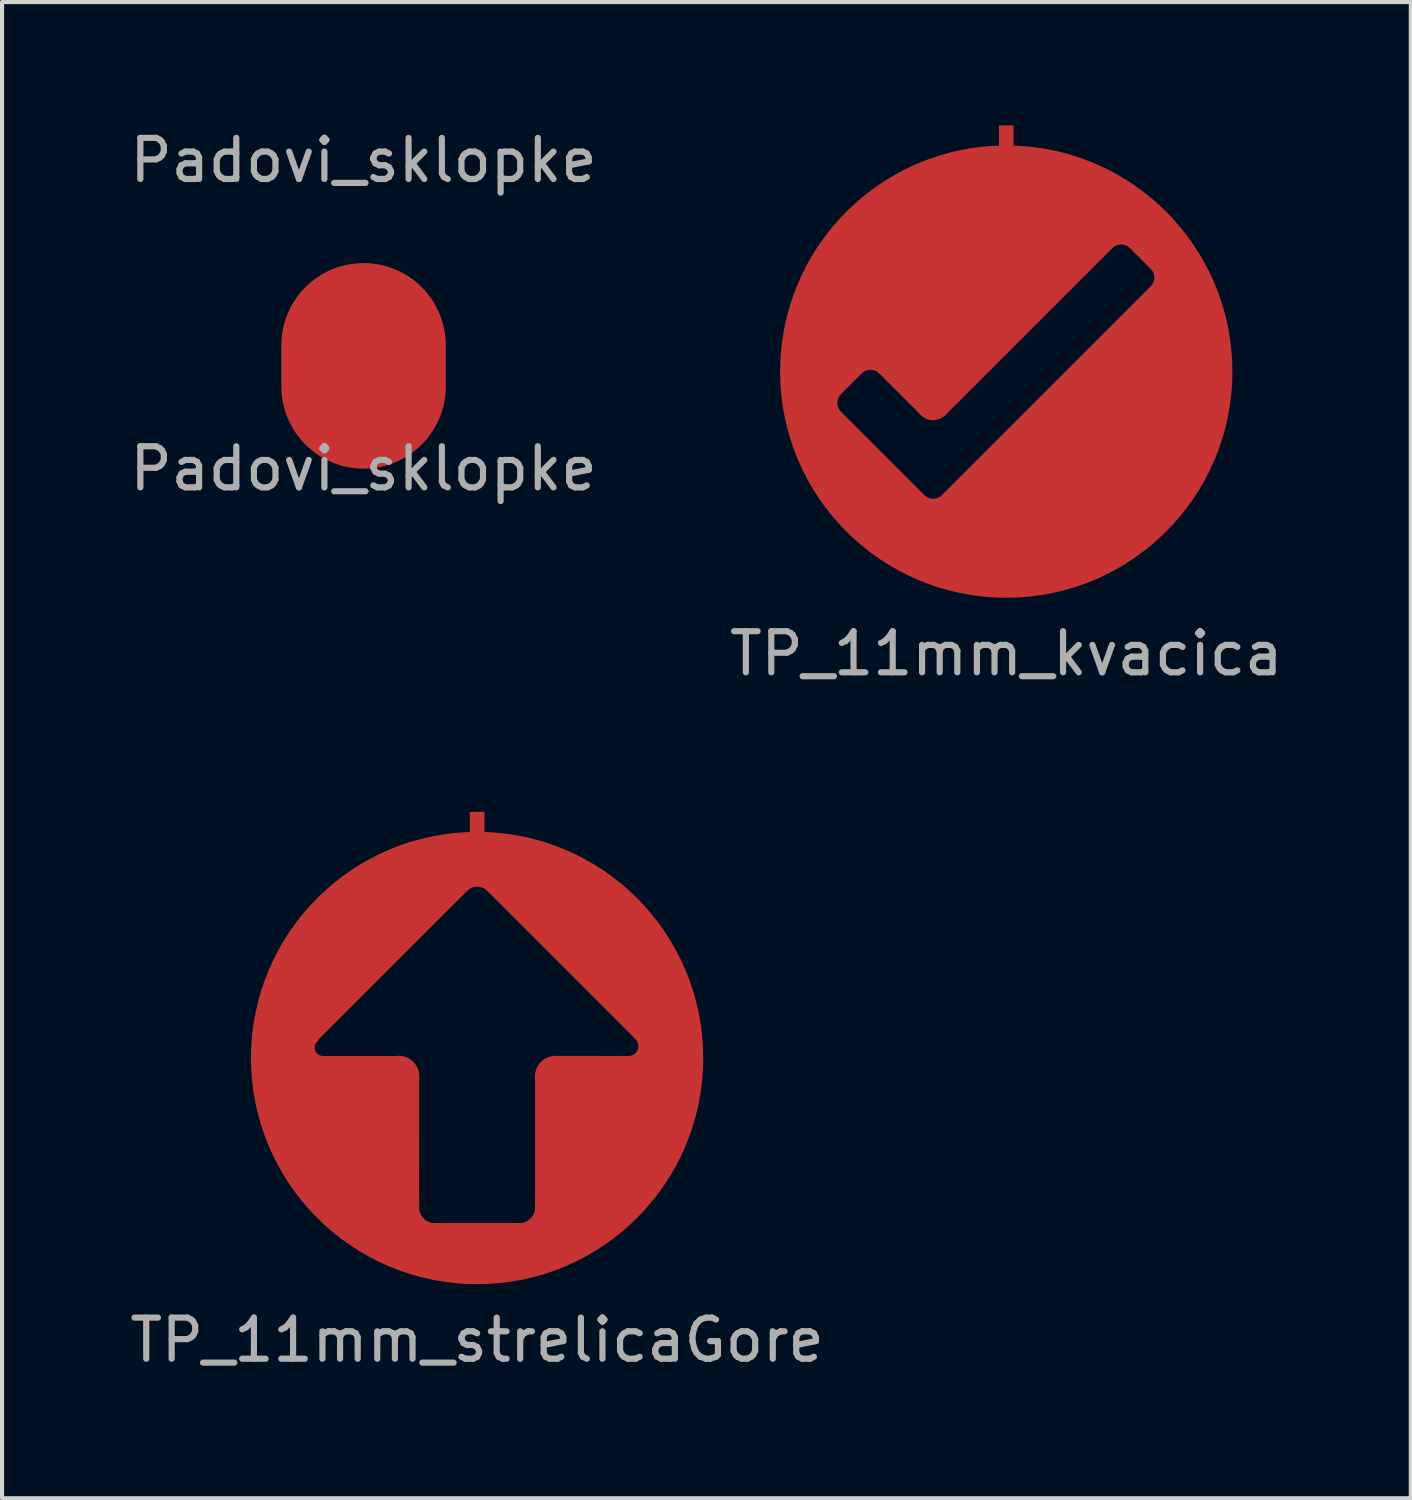
<source format=kicad_pcb>
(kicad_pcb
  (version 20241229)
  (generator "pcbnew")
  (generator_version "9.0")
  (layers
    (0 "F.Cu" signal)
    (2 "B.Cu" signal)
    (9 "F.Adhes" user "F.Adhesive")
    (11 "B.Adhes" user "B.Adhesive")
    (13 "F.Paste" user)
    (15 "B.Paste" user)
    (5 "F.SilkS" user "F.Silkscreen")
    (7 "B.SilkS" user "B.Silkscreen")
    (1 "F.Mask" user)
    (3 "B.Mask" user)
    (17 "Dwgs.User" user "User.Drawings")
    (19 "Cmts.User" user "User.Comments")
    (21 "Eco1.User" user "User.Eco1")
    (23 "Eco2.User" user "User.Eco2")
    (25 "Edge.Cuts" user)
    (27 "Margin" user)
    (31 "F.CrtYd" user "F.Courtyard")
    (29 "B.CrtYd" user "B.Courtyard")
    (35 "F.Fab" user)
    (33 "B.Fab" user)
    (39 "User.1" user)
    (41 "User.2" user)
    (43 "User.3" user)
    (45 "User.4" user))
  (footprint "TP_11mm_kvacica"
    (layer "F.Cu")
    (at 21.423 5.988)
    (property "Reference" "TP_11mm_kvacica" (at 0 6.858 0) (layer "F.Fab") (effects (font (size 1 1) (thickness 0.15))))
    (attr through_hole)
    (fp_line (start -4.064 1.016) (end -2.032 3.048) (stroke (width 0.12) (type solid)) (layer "F.Cu"))
    (fp_line (start -4.064 0.508) (end -3.556 0) (stroke (width 0.12) (type solid)) (layer "F.Cu"))
    (fp_line (start -3.048 0.000001) (end -2.032 1.016) (stroke (width 0.12) (type solid)) (layer "F.Cu"))
    (fp_line (start -1.524 3.048) (end 3.556 -2.032) (stroke (width 0.12) (type solid)) (layer "F.Cu"))
    (fp_line (start 2.54 -3.048) (end -1.524 1.016) (stroke (width 0.12) (type solid)) (layer "F.Cu"))
    (fp_line (start 3.556 -2.54) (end 3.048 -3.048) (stroke (width 0.12) (type solid)) (layer "F.Cu"))
    (fp_arc (start -4.063999 1.015999) (mid -4.169209 0.762) (end -4.063999 0.508001) (stroke (width 0.12) (type solid)) (layer "F.Cu"))
    (fp_arc (start -3.555999 0.000001) (mid -3.302 -0.105209) (end -3.048001 0.000001) (stroke (width 0.12) (type solid)) (layer "F.Cu"))
    (fp_arc (start -1.524001 1.015999) (mid -1.778 1.121209) (end -2.031999 1.015999) (stroke (width 0.12) (type solid)) (layer "F.Cu"))
    (fp_arc (start -1.524001 3.047999) (mid -1.778 3.153209) (end -2.031999 3.047999) (stroke (width 0.12) (type solid)) (layer "F.Cu"))
    (fp_arc (start 2.540001 -3.047999) (mid 2.794 -3.153209) (end 3.047999 -3.047999) (stroke (width 0.12) (type solid)) (layer "F.Cu"))
    (fp_arc (start 3.555999 -2.539999) (mid 3.661209 -2.286) (end 3.555999 -2.032001) (stroke (width 0.12) (type solid)) (layer "F.Cu"))
    (fp_circle (center 0 0) (end 5 0) (stroke (width 1) (type solid)) (fill no) (layer "F.Cu"))
    (fp_poly (pts (xy -1.651 3.239) (xy -1.46 4.318) (xy -2.349 4.318) (xy -2.286 3.048) (xy -2.032 3.048)) (stroke (width 0.01) (type solid)) (fill yes) (layer "F.Cu"))
    (fp_poly (pts (xy 2.857 -4.191) (xy 4.889 -1.651) (xy 4.826 0.953) (xy 3.556 3.556) (xy 0.635 4.953) (xy -1.714 4.636) (xy -1.778 3.175) (xy -1.524 3.048) (xy 3.556 -2.032) (xy 3.683 -2.349) (xy 3.556 -2.54) (xy 2.985 -3.111) (xy 2.603 -3.111) (xy -1.46 0.953) (xy -1.714 1.143) (xy -2.032 1.016) (xy -2.985 0.064) (xy -3.239 -0.064) (xy -3.493 -0.064) (xy -4.128 0.572) (xy -4.191 0.762) (xy -4 1.079) (xy -2.032 3.048) (xy -2.032 4.318) (xy -3.429 3.747) (xy -4.636 1.968) (xy -4.826 -0.635) (xy -3.873 -3.365) (xy -0.635 -5.08)) (stroke (width 0.01) (type solid)) (fill yes) (layer "F.Cu"))
    (pad "1" smd rect (at 0 -5.738) (size 0.356 0.5) (layers "F.Cu")))
  (footprint "Padovi_sklopke"
    (layer "F.Cu")
    (at 5.792 5.848)
    (property "Reference" "Padovi_sklopke" (at 0 -5 0) (unlocked yes) (layer "F.Fab") (effects (font (size 1 1) (thickness 0.15))))
    (attr smd)
    (fp_text user "${REFERENCE}" (at 0 2.5 0) (unlocked yes) (layer "F.Fab") (effects (font (size 1 1) (thickness 0.15))))
    (pad "1" smd oval (at 0 0 90) (size 5 4) (layers "F.Cu" "F.Mask" "F.Paste")))
  (footprint "TP_11mm_strelicaGore"
    (layer "F.Cu")
    (at 8.554 22.682)
    (property "Reference" "TP_11mm_strelicaGore" (at 0 6.858 0) (layer "F.Fab") (effects (font (size 1 1) (thickness 0.15))))
    (attr through_hole)
    (fp_line (start -3.937 -0.445) (end 0 -4.381) (stroke (width 0.1) (type solid)) (layer "F.Cu"))
    (fp_line (start -1.968 0) (end -3.747 0) (stroke (width 0.1) (type solid)) (layer "F.Cu"))
    (fp_line (start -1.46 4.064) (end -1.459 0.494) (stroke (width 0.1) (type solid)) (layer "F.Cu"))
    (fp_line (start 0 -4.381) (end 3.873 -0.508) (stroke (width 0.1) (type solid)) (layer "F.Cu"))
    (fp_line (start 1.46 0.508) (end 1.46 4.064) (stroke (width 0.1) (type solid)) (layer "F.Cu"))
    (fp_line (start 1.46 4.064) (end -1.46 4.064) (stroke (width 0.1) (type solid)) (layer "F.Cu"))
    (fp_line (start 3.697 -0.001) (end 1.905 -0.003) (stroke (width 0.1) (type solid)) (layer "F.Cu"))
    (fp_arc (start -3.7465 0) (mid -3.983954 -0.163824) (end -3.915103 -0.443971) (stroke (width 0.1) (type solid)) (layer "F.Cu"))
    (fp_arc (start -1.9685 0) (mid -1.592498 0.12208) (end -1.458733 0.494085) (stroke (width 0.1) (type solid)) (layer "F.Cu"))
    (fp_arc (start -0.9525 4.064) (mid -1.328502 3.94192) (end -1.462267 3.569915) (stroke (width 0.1) (type solid)) (layer "F.Cu"))
    (fp_arc (start -0.287508 -4.097508) (mid 0.022485 -4.215976) (end 0.3175 -4.064) (stroke (width 0.1) (type solid)) (layer "F.Cu"))
    (fp_arc (start 1.4605 0.508) (mid 1.566551 0.151574) (end 1.905 -0.002499) (stroke (width 0.1) (type solid)) (layer "F.Cu"))
    (fp_arc (start 1.4605 3.556) (mid 1.33842 3.932002) (end 0.966415 4.065767) (stroke (width 0.1) (type solid)) (layer "F.Cu"))
    (fp_arc (start 3.859585 -0.520255) (mid 3.957703 -0.196856) (end 3.683 0) (stroke (width 0.1) (type solid)) (layer "F.Cu"))
    (fp_circle (center 0 0) (end 0 5) (stroke (width 1) (type solid)) (fill no) (layer "F.Cu"))
    (fp_poly (pts (xy -1.524 4.128) (xy -1.524 3.81) (xy -1.27 4.128)) (stroke (width 0.1) (type solid)) (fill yes) (layer "F.Cu"))
    (fp_poly (pts (xy 1.206 4.128) (xy 1.46 3.81) (xy 1.46 4.128)) (stroke (width 0.1) (type solid)) (fill yes) (layer "F.Cu"))
    (fp_poly (pts (xy -0.064 -4.255) (xy -0.064 -4.445) (xy 0.127 -4.445) (xy 0.127 -4.255)) (stroke (width 0.1) (type solid)) (fill yes) (layer "F.Cu"))
    (fp_poly (pts (xy -0.064 4.636) (xy -0.064 4.064) (xy 1.587 4.064) (xy 1.587 4.636)) (stroke (width 0.01) (type solid)) (fill yes) (layer "F.Cu"))
    (fp_poly (pts (xy 2.985 4.064) (xy 1.587 4.826) (xy 1.46 4.064) (xy 1.46 0.318) (xy 1.651 0.064) (xy 2.159 0) (xy 3.683 0) (xy 3.937 -0.127) (xy 3.937 -0.445) (xy 0.127 -4.255) (xy -0.064 -4.255) (xy -3.747 -0.635) (xy -4 -0.318) (xy -3.937 -0.064) (xy -3.619 0) (xy -1.905 0) (xy -1.587 0.127) (xy -1.46 0.381) (xy -1.46 4.064) (xy 0.064 4.064) (xy 0.064 4.889) (xy -1.841 4.508) (xy -4.381 2.603) (xy -5.271 0.064) (xy -4.191 -2.477) (xy -1.778 -4.953) (xy 2.413 -4.508) (xy 4.636 -1.651) (xy 4.763 1.079)) (stroke (width 0.01) (type solid)) (fill yes) (layer "F.Cu"))
    (pad "1" smd rect (at 0 -5.738) (size 0.356 0.5) (layers "F.Cu")))
  (gr_rect
    (start -3 -3)
    (end 31.262 33.388)
    (stroke (width 0.1) (type default))
    (fill no)
    (layer "Edge.Cuts")))
</source>
